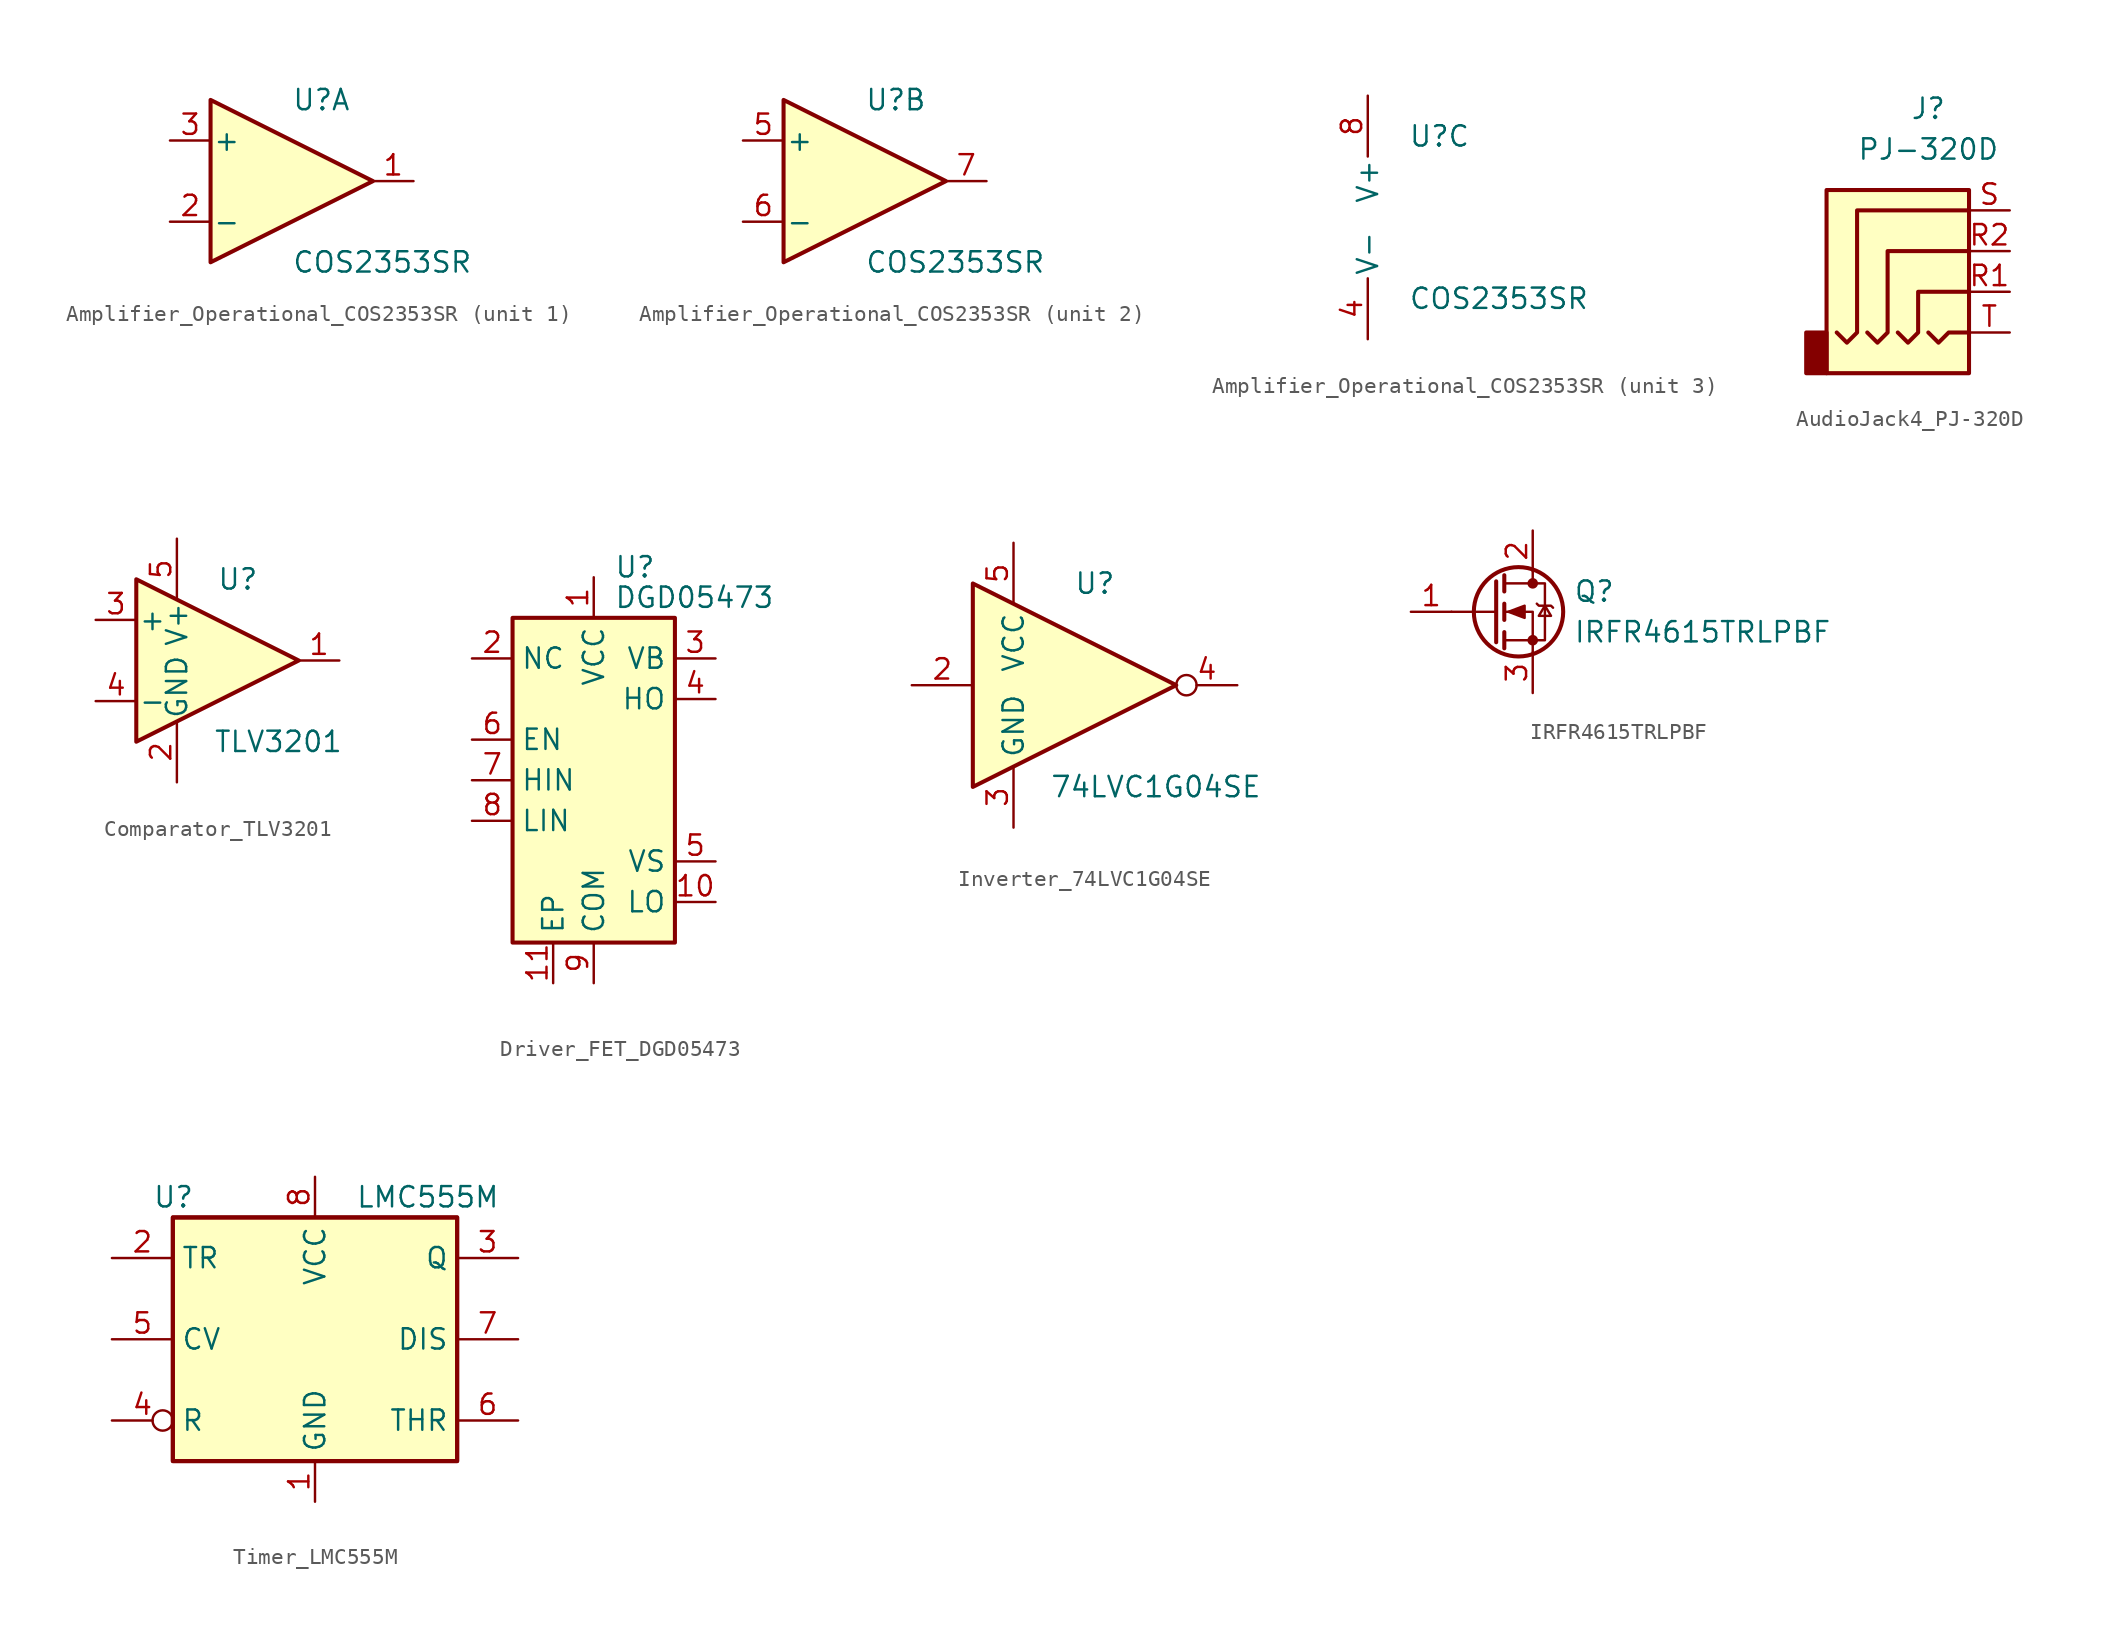
<source format=kicad_sym>
(kicad_symbol_lib
  (version 20220914)
  (generator kicad_symbol_editor)
  (symbol "Amplifier_Operational_COS2353SR"
    (pin_names
      (offset 0.127))
    (property "Reference" "U"
      (at 0 5.08 0)
      (effects (font (size 1.27 1.27)) (justify left)))
    (property "Value" "COS2353SR"
      (at 0 -5.08 0)
      (effects (font (size 1.27 1.27)) (justify left)))
    (property "ki_locked" ""
      (at 0 0 0)
      (effects (font (size 1.27 1.27))))
    (symbol "Amplifier_Operational_COS2353SR_1_1"
      (polyline (pts (xy -5.08 5.08) (xy 5.08 0) (xy -5.08 -5.08) (xy -5.08 5.08)) (stroke (width 0.254) (type default)) (fill (type background)))
      (pin output line (at 7.62 0 180) (length 2.54) (name "~" (effects (font (size 1.27 1.27)))) (number "1" (effects (font (size 1.27 1.27)))))
      (pin input line (at -7.62 -2.54 0) (length 2.54) (name "-" (effects (font (size 1.27 1.27)))) (number "2" (effects (font (size 1.27 1.27)))))
      (pin input line (at -7.62 2.54 0) (length 2.54) (name "+" (effects (font (size 1.27 1.27)))) (number "3" (effects (font (size 1.27 1.27))))))
    (symbol "Amplifier_Operational_COS2353SR_2_1"
      (polyline (pts (xy -5.08 5.08) (xy 5.08 0) (xy -5.08 -5.08) (xy -5.08 5.08)) (stroke (width 0.254) (type default)) (fill (type background)))
      (pin input line (at -7.62 2.54 0) (length 2.54) (name "+" (effects (font (size 1.27 1.27)))) (number "5" (effects (font (size 1.27 1.27)))))
      (pin input line (at -7.62 -2.54 0) (length 2.54) (name "-" (effects (font (size 1.27 1.27)))) (number "6" (effects (font (size 1.27 1.27)))))
      (pin output line (at 7.62 0 180) (length 2.54) (name "~" (effects (font (size 1.27 1.27)))) (number "7" (effects (font (size 1.27 1.27))))))
    (symbol "Amplifier_Operational_COS2353SR_3_1"
      (pin power_in line (at -2.54 -7.62 90) (length 3.81) (name "V-" (effects (font (size 1.27 1.27)))) (number "4" (effects (font (size 1.27 1.27)))))
      (pin power_in line (at -2.54 7.62 270) (length 3.81) (name "V+" (effects (font (size 1.27 1.27)))) (number "8" (effects (font (size 1.27 1.27)))))))
  (symbol "AudioJack4_PJ-320D"
    (property "Reference" "J"
      (at 0 8.89 0)
      (effects (font (size 1.27 1.27))))
    (property "Value" "PJ-320D"
      (at 0 6.35 0)
      (effects (font (size 1.27 1.27))))
    (symbol "AudioJack4_PJ-320D_0_1"
      (rectangle (start -6.35 -5.08) (end -7.62 -7.62) (stroke (width 0.254) (type default)) (fill (type outline)))
      (polyline (pts (xy 0 -5.08) (xy 0.635 -5.715) (xy 1.27 -5.08) (xy 2.54 -5.08)) (stroke (width 0.254) (type default)) (fill (type none)))
      (polyline (pts (xy -5.715 -5.08) (xy -5.08 -5.715) (xy -4.445 -5.08) (xy -4.445 2.54) (xy 2.54 2.54)) (stroke (width 0.254) (type default)) (fill (type none)))
      (polyline (pts (xy -1.905 -5.08) (xy -1.27 -5.715) (xy -0.635 -5.08) (xy -0.635 -2.54) (xy 2.54 -2.54)) (stroke (width 0.254) (type default)) (fill (type none)))
      (polyline (pts (xy 2.54 0) (xy -2.54 0) (xy -2.54 -5.08) (xy -3.175 -5.715) (xy -3.81 -5.08)) (stroke (width 0.254) (type default)) (fill (type none)))
      (rectangle (start 2.54 3.81) (end -6.35 -7.62) (stroke (width 0.254) (type default)) (fill (type background))))
    (symbol "AudioJack4_PJ-320D_1_1"
      (pin passive line (at 5.08 -2.54 180) (length 2.54) (name "~" (effects (font (size 1.27 1.27)))) (number "R1" (effects (font (size 1.27 1.27)))))
      (pin passive line (at 5.08 0 180) (length 2.54) (name "~" (effects (font (size 1.27 1.27)))) (number "R2" (effects (font (size 1.27 1.27)))))
      (pin passive line (at 5.08 2.54 180) (length 2.54) (name "~" (effects (font (size 1.27 1.27)))) (number "S" (effects (font (size 1.27 1.27)))))
      (pin passive line (at 5.08 -5.08 180) (length 2.54) (name "~" (effects (font (size 1.27 1.27)))) (number "T" (effects (font (size 1.27 1.27)))))))
  (symbol "Comparator_TLV3201"
    (pin_names
      (offset 0.127))
    (property "Reference" "U"
      (at 1.27 5.08 0)
      (effects (font (size 1.27 1.27))))
    (property "Value" "TLV3201"
      (at 3.81 -5.08 0)
      (effects (font (size 1.27 1.27))))
    (symbol "Comparator_TLV3201_0_1"
      (polyline (pts (xy -5.08 5.08) (xy 5.08 0) (xy -5.08 -5.08) (xy -5.08 5.08)) (stroke (width 0.254) (type default)) (fill (type background))))
    (symbol "Comparator_TLV3201_1_1"
      (pin passive line (at 7.62 0 180) (length 2.54) (name "~" (effects (font (size 1.27 1.27)))) (number "1" (effects (font (size 1.27 1.27)))))
      (pin power_in line (at -2.54 -7.62 90) (length 3.81) (name "GND" (effects (font (size 1.27 1.27)))) (number "2" (effects (font (size 1.27 1.27)))))
      (pin input line (at -7.62 2.54 0) (length 2.54) (name "+" (effects (font (size 1.27 1.27)))) (number "3" (effects (font (size 1.27 1.27)))))
      (pin input line (at -7.62 -2.54 0) (length 2.54) (name "-" (effects (font (size 1.27 1.27)))) (number "4" (effects (font (size 1.27 1.27)))))
      (pin power_in line (at -2.54 7.62 270) (length 3.81) (name "V+" (effects (font (size 1.27 1.27)))) (number "5" (effects (font (size 1.27 1.27)))))))
  (symbol "Driver_FET_DGD05473"
    (property "Reference" "U"
      (at 1.27 13.335 0)
      (effects (font (size 1.27 1.27)) (justify left)))
    (property "Value" "DGD05473"
      (at 1.27 11.43 0)
      (effects (font (size 1.27 1.27)) (justify left)))
    (symbol "Driver_FET_DGD05473_0_1"
      (rectangle (start -5.08 10.16) (end 5.08 -10.16) (stroke (width 0.254) (type default)) (fill (type background))))
    (symbol "Driver_FET_DGD05473_1_0"
      (pin passive line (at -2.54 -12.7 90) (length 2.54) (name "EP" (effects (font (size 1.27 1.27)))) (number "11" (effects (font (size 1.27 1.27)))))
      (pin passive line (at -7.62 7.62 0) (length 2.54) (name "NC" (effects (font (size 1.27 1.27)))) (number "2" (effects (font (size 1.27 1.27)))))
      (pin passive line (at -7.62 2.54 0) (length 2.54) (name "EN" (effects (font (size 1.27 1.27)))) (number "6" (effects (font (size 1.27 1.27))))))
    (symbol "Driver_FET_DGD05473_1_1"
      (pin power_in line (at 0 12.7 270) (length 2.54) (name "VCC" (effects (font (size 1.27 1.27)))) (number "1" (effects (font (size 1.27 1.27)))))
      (pin output line (at 7.62 -7.62 180) (length 2.54) (name "LO" (effects (font (size 1.27 1.27)))) (number "10" (effects (font (size 1.27 1.27)))))
      (pin passive line (at 7.62 7.62 180) (length 2.54) (name "VB" (effects (font (size 1.27 1.27)))) (number "3" (effects (font (size 1.27 1.27)))))
      (pin output line (at 7.62 5.08 180) (length 2.54) (name "HO" (effects (font (size 1.27 1.27)))) (number "4" (effects (font (size 1.27 1.27)))))
      (pin passive line (at 7.62 -5.08 180) (length 2.54) (name "VS" (effects (font (size 1.27 1.27)))) (number "5" (effects (font (size 1.27 1.27)))))
      (pin input line (at -7.62 0 0) (length 2.54) (name "HIN" (effects (font (size 1.27 1.27)))) (number "7" (effects (font (size 1.27 1.27)))))
      (pin input line (at -7.62 -2.54 0) (length 2.54) (name "LIN" (effects (font (size 1.27 1.27)))) (number "8" (effects (font (size 1.27 1.27)))))
      (pin power_in line (at 0 -12.7 90) (length 2.54) (name "COM" (effects (font (size 1.27 1.27)))) (number "9" (effects (font (size 1.27 1.27)))))))
  (symbol "Inverter_74LVC1G04SE"
    (property "Reference" "U"
      (at 5.08 6.35 0)
      (effects (font (size 1.27 1.27))))
    (property "Value" "74LVC1G04SE"
      (at 8.89 -6.35 0)
      (effects (font (size 1.27 1.27))))
    (symbol "Inverter_74LVC1G04SE_0_1"
      (polyline (pts (xy -2.54 6.35) (xy -2.54 -6.35) (xy 10.16 0) (xy -2.54 6.35)) (stroke (width 0.254) (type default)) (fill (type background))))
    (symbol "Inverter_74LVC1G04SE_1_1"
      (pin input line (at -6.35 0 0) (length 3.81) (name "~" (effects (font (size 1.27 1.27)))) (number "2" (effects (font (size 1.27 1.27)))))
      (pin power_in line (at 0 -8.89 90) (length 3.81) (name "GND" (effects (font (size 1.27 1.27)))) (number "3" (effects (font (size 1.27 1.27)))))
      (pin output inverted (at 13.97 0 180) (length 3.81) (name "~" (effects (font (size 1.27 1.27)))) (number "4" (effects (font (size 1.27 1.27)))))
      (pin power_in line (at 0 8.89 270) (length 3.81) (name "VCC" (effects (font (size 1.27 1.27)))) (number "5" (effects (font (size 1.27 1.27)))))))
  (symbol "IRFR4615TRLPBF"
    (pin_names
      (offset 0) hide)
    (property "Reference" "Q"
      (at 5.08 1.27 0)
      (effects (font (size 1.27 1.27)) (justify left)))
    (property "Value" "IRFR4615TRLPBF"
      (at 5.08 -1.27 0)
      (effects (font (size 1.27 1.27)) (justify left)))
    (symbol "IRFR4615TRLPBF_0_1"
      (polyline (pts (xy 0.254 0) (xy -2.54 0)) (stroke (width 0) (type default)) (fill (type none)))
      (polyline (pts (xy 0.254 1.905) (xy 0.254 -1.905)) (stroke (width 0.254) (type default)) (fill (type none)))
      (polyline (pts (xy 0.762 -1.27) (xy 0.762 -2.286)) (stroke (width 0.254) (type default)) (fill (type none)))
      (polyline (pts (xy 0.762 0.508) (xy 0.762 -0.508)) (stroke (width 0.254) (type default)) (fill (type none)))
      (polyline (pts (xy 0.762 2.286) (xy 0.762 1.27)) (stroke (width 0.254) (type default)) (fill (type none)))
      (polyline (pts (xy 2.54 2.54) (xy 2.54 1.778)) (stroke (width 0) (type default)) (fill (type none)))
      (polyline (pts (xy 2.54 -2.54) (xy 2.54 0) (xy 0.762 0)) (stroke (width 0) (type default)) (fill (type none)))
      (polyline (pts (xy 0.762 -1.778) (xy 3.302 -1.778) (xy 3.302 1.778) (xy 0.762 1.778)) (stroke (width 0) (type default)) (fill (type none)))
      (polyline (pts (xy 1.016 0) (xy 2.032 0.381) (xy 2.032 -0.381) (xy 1.016 0)) (stroke (width 0) (type default)) (fill (type outline)))
      (polyline (pts (xy 2.794 0.508) (xy 2.921 0.381) (xy 3.683 0.381) (xy 3.81 0.254)) (stroke (width 0) (type default)) (fill (type none)))
      (polyline (pts (xy 3.302 0.381) (xy 2.921 -0.254) (xy 3.683 -0.254) (xy 3.302 0.381)) (stroke (width 0) (type default)) (fill (type none)))
      (circle (center 1.651 0) (radius 2.794) (stroke (width 0.254) (type default)) (fill (type none)))
      (circle (center 2.54 -1.778) (radius 0.254) (stroke (width 0) (type default)) (fill (type outline)))
      (circle (center 2.54 1.778) (radius 0.254) (stroke (width 0) (type default)) (fill (type outline))))
    (symbol "IRFR4615TRLPBF_1_1"
      (pin input line (at -5.08 0 0) (length 2.54) (name "G" (effects (font (size 1.27 1.27)))) (number "1" (effects (font (size 1.27 1.27)))))
      (pin passive line (at 2.54 5.08 270) (length 2.54) (name "D" (effects (font (size 1.27 1.27)))) (number "2" (effects (font (size 1.27 1.27)))))
      (pin passive line (at 2.54 -5.08 90) (length 2.54) (name "S" (effects (font (size 1.27 1.27)))) (number "3" (effects (font (size 1.27 1.27)))))))
  (symbol "Timer_LMC555M"
    (property "Reference" "U"
      (at -10.16 8.89 0)
      (effects (font (size 1.27 1.27)) (justify left)))
    (property "Value" "LMC555M"
      (at 2.54 8.89 0)
      (effects (font (size 1.27 1.27)) (justify left)))
    (symbol "Timer_LMC555M_0_0"
      (pin power_in line (at 0 -10.16 90) (length 2.54) (name "GND" (effects (font (size 1.27 1.27)))) (number "1" (effects (font (size 1.27 1.27)))))
      (pin power_in line (at 0 10.16 270) (length 2.54) (name "VCC" (effects (font (size 1.27 1.27)))) (number "8" (effects (font (size 1.27 1.27))))))
    (symbol "Timer_LMC555M_0_1"
      (rectangle (start -8.89 -7.62) (end 8.89 7.62) (stroke (width 0.254) (type default)) (fill (type background)))
      (rectangle (start -8.89 -7.62) (end 8.89 7.62) (stroke (width 0.254) (type default)) (fill (type background))))
    (symbol "Timer_LMC555M_1_1"
      (pin input line (at -12.7 5.08 0) (length 3.81) (name "TR" (effects (font (size 1.27 1.27)))) (number "2" (effects (font (size 1.27 1.27)))))
      (pin output line (at 12.7 5.08 180) (length 3.81) (name "Q" (effects (font (size 1.27 1.27)))) (number "3" (effects (font (size 1.27 1.27)))))
      (pin input inverted (at -12.7 -5.08 0) (length 3.81) (name "R" (effects (font (size 1.27 1.27)))) (number "4" (effects (font (size 1.27 1.27)))))
      (pin input line (at -12.7 0 0) (length 3.81) (name "CV" (effects (font (size 1.27 1.27)))) (number "5" (effects (font (size 1.27 1.27)))))
      (pin input line (at 12.7 -5.08 180) (length 3.81) (name "THR" (effects (font (size 1.27 1.27)))) (number "6" (effects (font (size 1.27 1.27)))))
      (pin input line (at 12.7 0 180) (length 3.81) (name "DIS" (effects (font (size 1.27 1.27)))) (number "7" (effects (font (size 1.27 1.27))))))))
</source>
